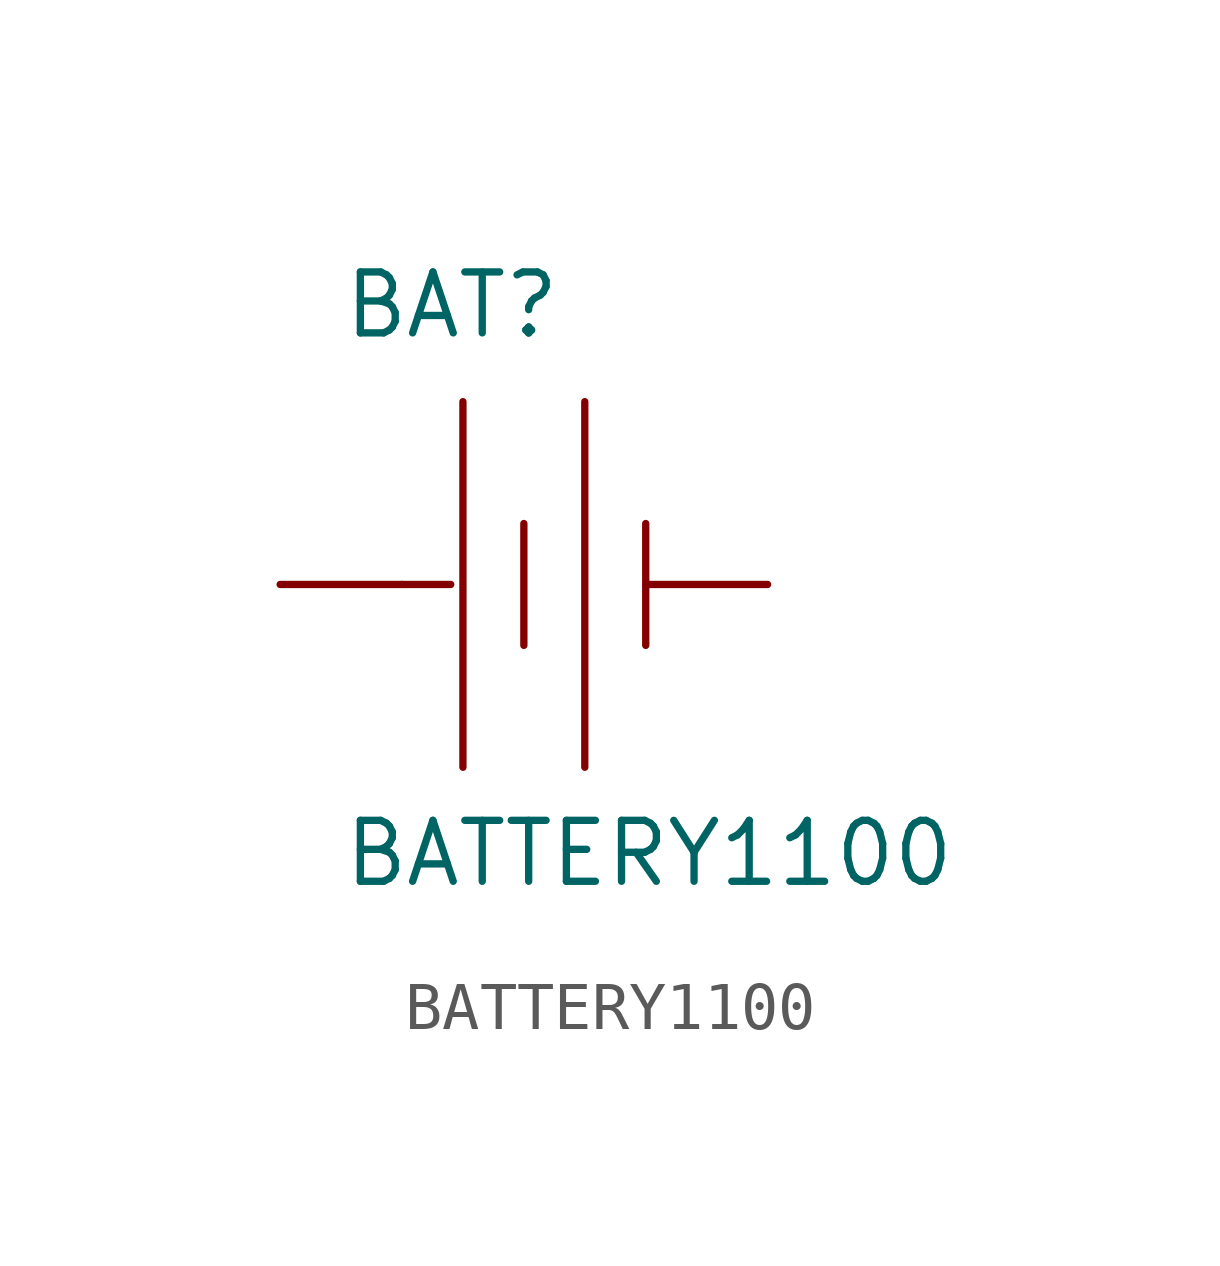
<source format=kicad_sym>
(kicad_symbol_lib
  (version 20211014)
  (generator kicad_symbol_editor)
  (symbol "BATTERY1100"
    (pin_numbers hide)
    (pin_names
      (offset 1.016) hide)
    (property "Reference" "BAT"
      (at -3.81 5.08 0)
      (effects (font (size 1.27 1.27)) (justify left bottom)))
    (property "Value" "BATTERY1100"
      (at -3.81 -6.35 0)
      (effects (font (size 1.27 1.27)) (justify left bottom)))
    (property "ki_locked" ""
      (at 0 0 0)
      (effects (font (size 1.27 1.27))))
    (symbol "BATTERY1100_1_0"
      (polyline (pts (xy -2.54 0) (xy -1.524 0)) (stroke (width 0) (type default) (color 0 0 0 0)) (fill (type none)))
      (polyline (pts (xy -1.27 3.81) (xy -1.27 -3.81)) (stroke (width 0) (type default) (color 0 0 0 0)) (fill (type none)))
      (polyline (pts (xy 0 1.27) (xy 0 -1.27)) (stroke (width 0) (type default) (color 0 0 0 0)) (fill (type none)))
      (polyline (pts (xy 1.27 3.81) (xy 1.27 -3.81)) (stroke (width 0) (type default) (color 0 0 0 0)) (fill (type none)))
      (polyline (pts (xy 2.54 1.27) (xy 2.54 -1.27)) (stroke (width 0) (type default) (color 0 0 0 0)) (fill (type none))))
    (symbol "BATTERY1100_1_1"
      (pin power_in line (at -5.08 0 0) (length 2.54) (name "+" (effects (font (size 1.016 1.016)))) (number "+" (effects (font (size 1.016 1.016)))))
      (pin power_in line (at 5.08 0 180) (length 2.54) (name "-" (effects (font (size 1.016 1.016)))) (number "-" (effects (font (size 1.016 1.016))))))))
</source>
